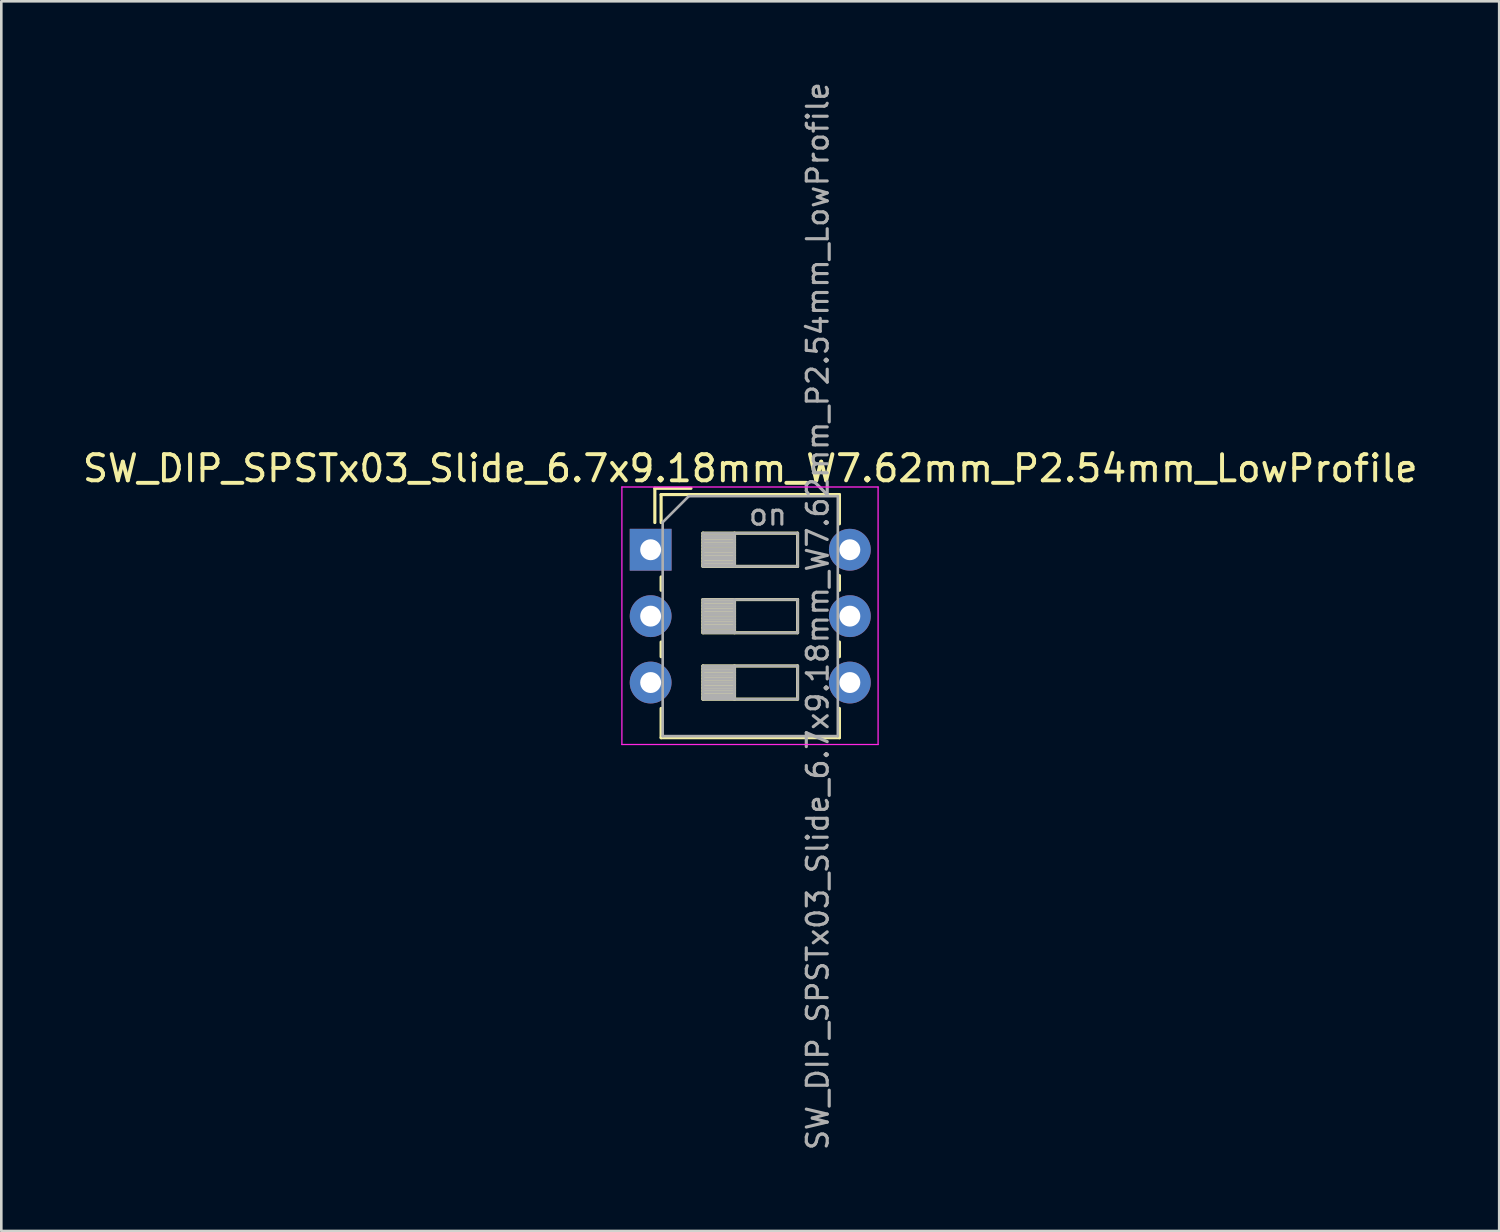
<source format=kicad_pcb>
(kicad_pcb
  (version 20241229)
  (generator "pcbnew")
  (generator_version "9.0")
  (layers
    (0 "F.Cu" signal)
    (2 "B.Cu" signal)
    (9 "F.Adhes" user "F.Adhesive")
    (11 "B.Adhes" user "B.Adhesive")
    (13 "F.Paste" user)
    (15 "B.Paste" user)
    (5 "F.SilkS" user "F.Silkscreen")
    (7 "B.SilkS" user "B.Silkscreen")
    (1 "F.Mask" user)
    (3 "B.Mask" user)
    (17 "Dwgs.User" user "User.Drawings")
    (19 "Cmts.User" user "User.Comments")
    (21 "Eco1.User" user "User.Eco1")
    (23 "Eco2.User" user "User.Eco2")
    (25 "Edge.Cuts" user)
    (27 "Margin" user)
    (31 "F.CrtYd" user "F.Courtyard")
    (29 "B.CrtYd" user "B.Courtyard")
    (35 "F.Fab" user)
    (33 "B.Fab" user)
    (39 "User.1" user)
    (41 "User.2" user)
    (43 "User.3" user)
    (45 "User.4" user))
  (footprint "SW_DIP_SPSTx03_Slide_6.7x9.18mm_W7.62mm_P2.54mm_LowProfile"
    (layer "F.Cu")
    (at 21.839 17.979)
    (property "Reference" "SW_DIP_SPSTx03_Slide_6.7x9.18mm_W7.62mm_P2.54mm_LowProfile" (at 3.81 -3.11 0) (layer "F.SilkS") (effects (font (size 1 1) (thickness 0.15))))
    (attr through_hole)
    (fp_line (start 0.16 -2.35) (end 0.16 -1.04) (stroke (width 0.12) (type solid)) (layer "F.SilkS"))
    (fp_line (start 0.16 -2.35) (end 1.543 -2.35) (stroke (width 0.12) (type solid)) (layer "F.SilkS"))
    (fp_line (start 0.4 -2.11) (end 0.4 -1.04) (stroke (width 0.12) (type solid)) (layer "F.SilkS"))
    (fp_line (start 0.4 -2.11) (end 7.221 -2.11) (stroke (width 0.12) (type solid)) (layer "F.SilkS"))
    (fp_line (start 0.4 1.04) (end 0.4 1.551) (stroke (width 0.12) (type solid)) (layer "F.SilkS"))
    (fp_line (start 0.4 3.53) (end 0.4 4.091) (stroke (width 0.12) (type solid)) (layer "F.SilkS"))
    (fp_line (start 0.4 6.07) (end 0.4 7.19) (stroke (width 0.12) (type solid)) (layer "F.SilkS"))
    (fp_line (start 0.4 7.19) (end 7.221 7.19) (stroke (width 0.12) (type solid)) (layer "F.SilkS"))
    (fp_line (start 2 -0.635) (end 2 0.635) (stroke (width 0.12) (type solid)) (layer "F.SilkS"))
    (fp_line (start 2 -0.515) (end 3.207 -0.515) (stroke (width 0.12) (type solid)) (layer "F.SilkS"))
    (fp_line (start 2 -0.395) (end 3.207 -0.395) (stroke (width 0.12) (type solid)) (layer "F.SilkS"))
    (fp_line (start 2 -0.275) (end 3.207 -0.275) (stroke (width 0.12) (type solid)) (layer "F.SilkS"))
    (fp_line (start 2 -0.155) (end 3.207 -0.155) (stroke (width 0.12) (type solid)) (layer "F.SilkS"))
    (fp_line (start 2 -0.035) (end 3.207 -0.035) (stroke (width 0.12) (type solid)) (layer "F.SilkS"))
    (fp_line (start 2 0.085) (end 3.207 0.085) (stroke (width 0.12) (type solid)) (layer "F.SilkS"))
    (fp_line (start 2 0.205) (end 3.207 0.205) (stroke (width 0.12) (type solid)) (layer "F.SilkS"))
    (fp_line (start 2 0.325) (end 3.207 0.325) (stroke (width 0.12) (type solid)) (layer "F.SilkS"))
    (fp_line (start 2 0.445) (end 3.207 0.445) (stroke (width 0.12) (type solid)) (layer "F.SilkS"))
    (fp_line (start 2 0.565) (end 3.207 0.565) (stroke (width 0.12) (type solid)) (layer "F.SilkS"))
    (fp_line (start 2 0.635) (end 5.62 0.635) (stroke (width 0.12) (type solid)) (layer "F.SilkS"))
    (fp_line (start 2 1.905) (end 2 3.175) (stroke (width 0.12) (type solid)) (layer "F.SilkS"))
    (fp_line (start 2 2.025) (end 3.207 2.025) (stroke (width 0.12) (type solid)) (layer "F.SilkS"))
    (fp_line (start 2 2.145) (end 3.207 2.145) (stroke (width 0.12) (type solid)) (layer "F.SilkS"))
    (fp_line (start 2 2.265) (end 3.207 2.265) (stroke (width 0.12) (type solid)) (layer "F.SilkS"))
    (fp_line (start 2 2.385) (end 3.207 2.385) (stroke (width 0.12) (type solid)) (layer "F.SilkS"))
    (fp_line (start 2 2.505) (end 3.207 2.505) (stroke (width 0.12) (type solid)) (layer "F.SilkS"))
    (fp_line (start 2 2.625) (end 3.207 2.625) (stroke (width 0.12) (type solid)) (layer "F.SilkS"))
    (fp_line (start 2 2.745) (end 3.207 2.745) (stroke (width 0.12) (type solid)) (layer "F.SilkS"))
    (fp_line (start 2 2.865) (end 3.207 2.865) (stroke (width 0.12) (type solid)) (layer "F.SilkS"))
    (fp_line (start 2 2.985) (end 3.207 2.985) (stroke (width 0.12) (type solid)) (layer "F.SilkS"))
    (fp_line (start 2 3.105) (end 3.207 3.105) (stroke (width 0.12) (type solid)) (layer "F.SilkS"))
    (fp_line (start 2 3.175) (end 5.62 3.175) (stroke (width 0.12) (type solid)) (layer "F.SilkS"))
    (fp_line (start 2 4.445) (end 2 5.715) (stroke (width 0.12) (type solid)) (layer "F.SilkS"))
    (fp_line (start 2 4.565) (end 3.207 4.565) (stroke (width 0.12) (type solid)) (layer "F.SilkS"))
    (fp_line (start 2 4.685) (end 3.207 4.685) (stroke (width 0.12) (type solid)) (layer "F.SilkS"))
    (fp_line (start 2 4.805) (end 3.207 4.805) (stroke (width 0.12) (type solid)) (layer "F.SilkS"))
    (fp_line (start 2 4.925) (end 3.207 4.925) (stroke (width 0.12) (type solid)) (layer "F.SilkS"))
    (fp_line (start 2 5.045) (end 3.207 5.045) (stroke (width 0.12) (type solid)) (layer "F.SilkS"))
    (fp_line (start 2 5.165) (end 3.207 5.165) (stroke (width 0.12) (type solid)) (layer "F.SilkS"))
    (fp_line (start 2 5.285) (end 3.207 5.285) (stroke (width 0.12) (type solid)) (layer "F.SilkS"))
    (fp_line (start 2 5.405) (end 3.207 5.405) (stroke (width 0.12) (type solid)) (layer "F.SilkS"))
    (fp_line (start 2 5.525) (end 3.207 5.525) (stroke (width 0.12) (type solid)) (layer "F.SilkS"))
    (fp_line (start 2 5.645) (end 3.207 5.645) (stroke (width 0.12) (type solid)) (layer "F.SilkS"))
    (fp_line (start 2 5.715) (end 5.62 5.715) (stroke (width 0.12) (type solid)) (layer "F.SilkS"))
    (fp_line (start 3.207 -0.635) (end 3.207 0.635) (stroke (width 0.12) (type solid)) (layer "F.SilkS"))
    (fp_line (start 3.207 1.905) (end 3.207 3.175) (stroke (width 0.12) (type solid)) (layer "F.SilkS"))
    (fp_line (start 3.207 4.445) (end 3.207 5.715) (stroke (width 0.12) (type solid)) (layer "F.SilkS"))
    (fp_line (start 5.62 -0.635) (end 2 -0.635) (stroke (width 0.12) (type solid)) (layer "F.SilkS"))
    (fp_line (start 5.62 0.635) (end 5.62 -0.635) (stroke (width 0.12) (type solid)) (layer "F.SilkS"))
    (fp_line (start 5.62 1.905) (end 2 1.905) (stroke (width 0.12) (type solid)) (layer "F.SilkS"))
    (fp_line (start 5.62 3.175) (end 5.62 1.905) (stroke (width 0.12) (type solid)) (layer "F.SilkS"))
    (fp_line (start 5.62 4.445) (end 2 4.445) (stroke (width 0.12) (type solid)) (layer "F.SilkS"))
    (fp_line (start 5.62 5.715) (end 5.62 4.445) (stroke (width 0.12) (type solid)) (layer "F.SilkS"))
    (fp_line (start 7.221 -2.11) (end 7.221 -0.99) (stroke (width 0.12) (type solid)) (layer "F.SilkS"))
    (fp_line (start 7.221 0.99) (end 7.221 1.551) (stroke (width 0.12) (type solid)) (layer "F.SilkS"))
    (fp_line (start 7.221 3.53) (end 7.221 4.091) (stroke (width 0.12) (type solid)) (layer "F.SilkS"))
    (fp_line (start 7.221 6.07) (end 7.221 7.19) (stroke (width 0.12) (type solid)) (layer "F.SilkS"))
    (fp_line (start -1.1 -2.4) (end -1.1 7.45) (stroke (width 0.05) (type solid)) (layer "F.CrtYd"))
    (fp_line (start -1.1 7.45) (end 8.7 7.45) (stroke (width 0.05) (type solid)) (layer "F.CrtYd"))
    (fp_line (start 8.7 -2.4) (end -1.1 -2.4) (stroke (width 0.05) (type solid)) (layer "F.CrtYd"))
    (fp_line (start 8.7 7.45) (end 8.7 -2.4) (stroke (width 0.05) (type solid)) (layer "F.CrtYd"))
    (fp_line (start 0.46 -1.05) (end 1.46 -2.05) (stroke (width 0.1) (type solid)) (layer "F.Fab"))
    (fp_line (start 0.46 7.13) (end 0.46 -1.05) (stroke (width 0.1) (type solid)) (layer "F.Fab"))
    (fp_line (start 1.46 -2.05) (end 7.16 -2.05) (stroke (width 0.1) (type solid)) (layer "F.Fab"))
    (fp_line (start 2 -0.635) (end 2 0.635) (stroke (width 0.1) (type solid)) (layer "F.Fab"))
    (fp_line (start 2 -0.535) (end 3.207 -0.535) (stroke (width 0.1) (type solid)) (layer "F.Fab"))
    (fp_line (start 2 -0.435) (end 3.207 -0.435) (stroke (width 0.1) (type solid)) (layer "F.Fab"))
    (fp_line (start 2 -0.335) (end 3.207 -0.335) (stroke (width 0.1) (type solid)) (layer "F.Fab"))
    (fp_line (start 2 -0.235) (end 3.207 -0.235) (stroke (width 0.1) (type solid)) (layer "F.Fab"))
    (fp_line (start 2 -0.135) (end 3.207 -0.135) (stroke (width 0.1) (type solid)) (layer "F.Fab"))
    (fp_line (start 2 -0.035) (end 3.207 -0.035) (stroke (width 0.1) (type solid)) (layer "F.Fab"))
    (fp_line (start 2 0.065) (end 3.207 0.065) (stroke (width 0.1) (type solid)) (layer "F.Fab"))
    (fp_line (start 2 0.165) (end 3.207 0.165) (stroke (width 0.1) (type solid)) (layer "F.Fab"))
    (fp_line (start 2 0.265) (end 3.207 0.265) (stroke (width 0.1) (type solid)) (layer "F.Fab"))
    (fp_line (start 2 0.365) (end 3.207 0.365) (stroke (width 0.1) (type solid)) (layer "F.Fab"))
    (fp_line (start 2 0.465) (end 3.207 0.465) (stroke (width 0.1) (type solid)) (layer "F.Fab"))
    (fp_line (start 2 0.565) (end 3.207 0.565) (stroke (width 0.1) (type solid)) (layer "F.Fab"))
    (fp_line (start 2 0.635) (end 5.62 0.635) (stroke (width 0.1) (type solid)) (layer "F.Fab"))
    (fp_line (start 2 1.905) (end 2 3.175) (stroke (width 0.1) (type solid)) (layer "F.Fab"))
    (fp_line (start 2 2.005) (end 3.207 2.005) (stroke (width 0.1) (type solid)) (layer "F.Fab"))
    (fp_line (start 2 2.105) (end 3.207 2.105) (stroke (width 0.1) (type solid)) (layer "F.Fab"))
    (fp_line (start 2 2.205) (end 3.207 2.205) (stroke (width 0.1) (type solid)) (layer "F.Fab"))
    (fp_line (start 2 2.305) (end 3.207 2.305) (stroke (width 0.1) (type solid)) (layer "F.Fab"))
    (fp_line (start 2 2.405) (end 3.207 2.405) (stroke (width 0.1) (type solid)) (layer "F.Fab"))
    (fp_line (start 2 2.505) (end 3.207 2.505) (stroke (width 0.1) (type solid)) (layer "F.Fab"))
    (fp_line (start 2 2.605) (end 3.207 2.605) (stroke (width 0.1) (type solid)) (layer "F.Fab"))
    (fp_line (start 2 2.705) (end 3.207 2.705) (stroke (width 0.1) (type solid)) (layer "F.Fab"))
    (fp_line (start 2 2.805) (end 3.207 2.805) (stroke (width 0.1) (type solid)) (layer "F.Fab"))
    (fp_line (start 2 2.905) (end 3.207 2.905) (stroke (width 0.1) (type solid)) (layer "F.Fab"))
    (fp_line (start 2 3.005) (end 3.207 3.005) (stroke (width 0.1) (type solid)) (layer "F.Fab"))
    (fp_line (start 2 3.105) (end 3.207 3.105) (stroke (width 0.1) (type solid)) (layer "F.Fab"))
    (fp_line (start 2 3.175) (end 5.62 3.175) (stroke (width 0.1) (type solid)) (layer "F.Fab"))
    (fp_line (start 2 4.445) (end 2 5.715) (stroke (width 0.1) (type solid)) (layer "F.Fab"))
    (fp_line (start 2 4.545) (end 3.207 4.545) (stroke (width 0.1) (type solid)) (layer "F.Fab"))
    (fp_line (start 2 4.645) (end 3.207 4.645) (stroke (width 0.1) (type solid)) (layer "F.Fab"))
    (fp_line (start 2 4.745) (end 3.207 4.745) (stroke (width 0.1) (type solid)) (layer "F.Fab"))
    (fp_line (start 2 4.845) (end 3.207 4.845) (stroke (width 0.1) (type solid)) (layer "F.Fab"))
    (fp_line (start 2 4.945) (end 3.207 4.945) (stroke (width 0.1) (type solid)) (layer "F.Fab"))
    (fp_line (start 2 5.045) (end 3.207 5.045) (stroke (width 0.1) (type solid)) (layer "F.Fab"))
    (fp_line (start 2 5.145) (end 3.207 5.145) (stroke (width 0.1) (type solid)) (layer "F.Fab"))
    (fp_line (start 2 5.245) (end 3.207 5.245) (stroke (width 0.1) (type solid)) (layer "F.Fab"))
    (fp_line (start 2 5.345) (end 3.207 5.345) (stroke (width 0.1) (type solid)) (layer "F.Fab"))
    (fp_line (start 2 5.445) (end 3.207 5.445) (stroke (width 0.1) (type solid)) (layer "F.Fab"))
    (fp_line (start 2 5.545) (end 3.207 5.545) (stroke (width 0.1) (type solid)) (layer "F.Fab"))
    (fp_line (start 2 5.645) (end 3.207 5.645) (stroke (width 0.1) (type solid)) (layer "F.Fab"))
    (fp_line (start 2 5.715) (end 5.62 5.715) (stroke (width 0.1) (type solid)) (layer "F.Fab"))
    (fp_line (start 3.207 -0.635) (end 3.207 0.635) (stroke (width 0.1) (type solid)) (layer "F.Fab"))
    (fp_line (start 3.207 1.905) (end 3.207 3.175) (stroke (width 0.1) (type solid)) (layer "F.Fab"))
    (fp_line (start 3.207 4.445) (end 3.207 5.715) (stroke (width 0.1) (type solid)) (layer "F.Fab"))
    (fp_line (start 5.62 -0.635) (end 2 -0.635) (stroke (width 0.1) (type solid)) (layer "F.Fab"))
    (fp_line (start 5.62 0.635) (end 5.62 -0.635) (stroke (width 0.1) (type solid)) (layer "F.Fab"))
    (fp_line (start 5.62 1.905) (end 2 1.905) (stroke (width 0.1) (type solid)) (layer "F.Fab"))
    (fp_line (start 5.62 3.175) (end 5.62 1.905) (stroke (width 0.1) (type solid)) (layer "F.Fab"))
    (fp_line (start 5.62 4.445) (end 2 4.445) (stroke (width 0.1) (type solid)) (layer "F.Fab"))
    (fp_line (start 5.62 5.715) (end 5.62 4.445) (stroke (width 0.1) (type solid)) (layer "F.Fab"))
    (fp_line (start 7.16 -2.05) (end 7.16 7.13) (stroke (width 0.1) (type solid)) (layer "F.Fab"))
    (fp_line (start 7.16 7.13) (end 0.46 7.13) (stroke (width 0.1) (type solid)) (layer "F.Fab"))
    (fp_text user "${REFERENCE}" (at 6.39 2.54 90) (layer "F.Fab") (effects (font (size 0.8 0.8) (thickness 0.12))))
    (fp_text user "on" (at 4.485 -1.343 0) (layer "F.Fab") (effects (font (size 0.8 0.8) (thickness 0.12))))
    (pad "1" thru_hole rect (at 0 0) (size 1.6 1.6) (drill 0.8) (layers "*.Cu" "*.Mask"))
    (pad "2" thru_hole oval (at 0 2.54) (size 1.6 1.6) (drill 0.8) (layers "*.Cu" "*.Mask"))
    (pad "3" thru_hole oval (at 0 5.08) (size 1.6 1.6) (drill 0.8) (layers "*.Cu" "*.Mask"))
    (pad "4" thru_hole oval (at 7.62 5.08) (size 1.6 1.6) (drill 0.8) (layers "*.Cu" "*.Mask"))
    (pad "5" thru_hole oval (at 7.62 2.54) (size 1.6 1.6) (drill 0.8) (layers "*.Cu" "*.Mask"))
    (pad "6" thru_hole oval (at 7.62 0) (size 1.6 1.6) (drill 0.8) (layers "*.Cu" "*.Mask")))
  (gr_rect
    (start -3 -3)
    (end 54.298 44.038)
    (stroke (width 0.1) (type default))
    (fill no)
    (layer "Edge.Cuts")))
</source>
